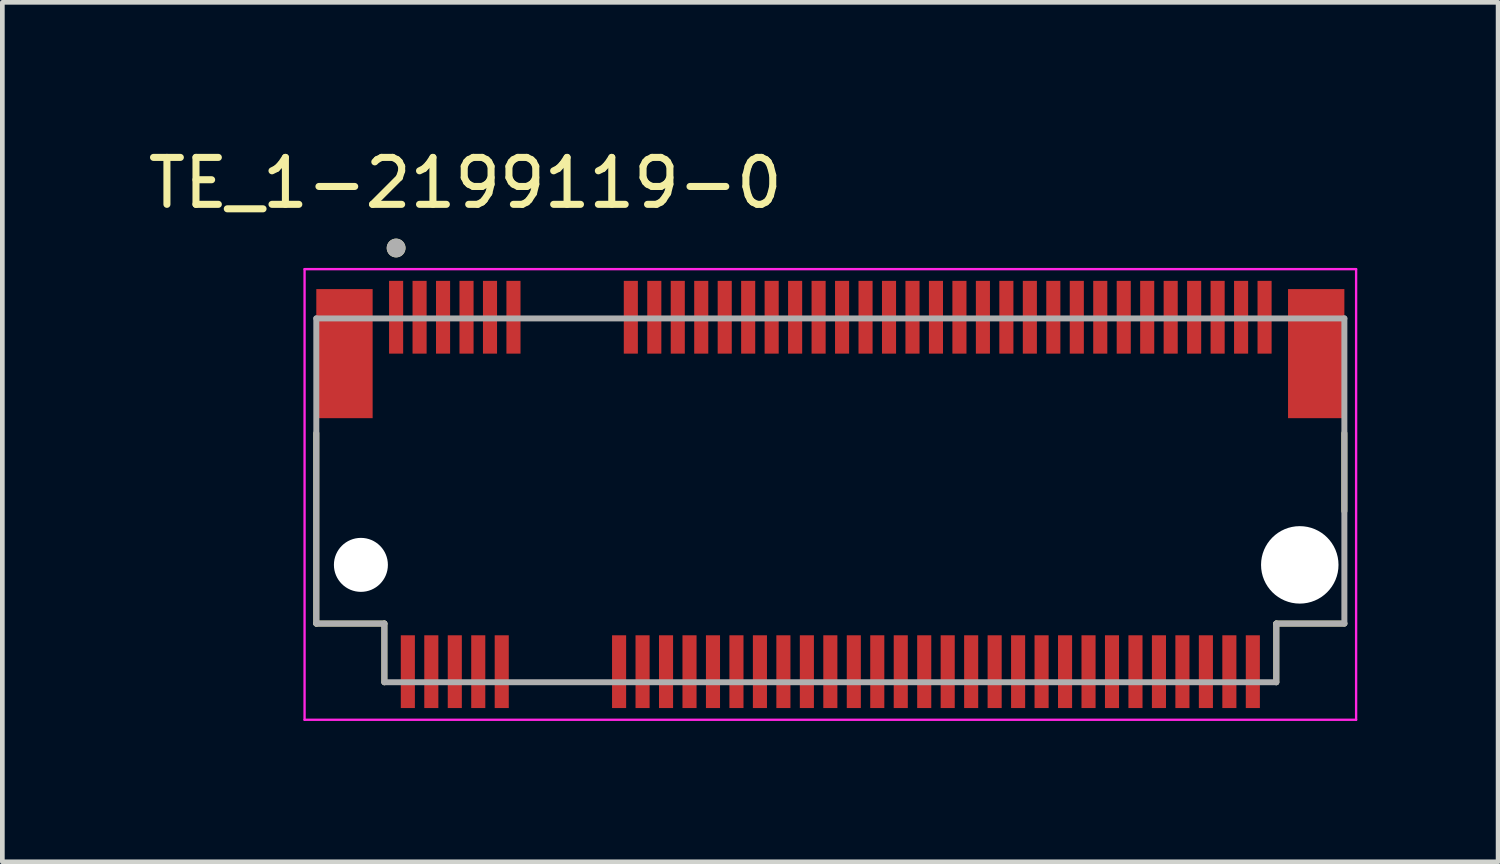
<source format=kicad_pcb>
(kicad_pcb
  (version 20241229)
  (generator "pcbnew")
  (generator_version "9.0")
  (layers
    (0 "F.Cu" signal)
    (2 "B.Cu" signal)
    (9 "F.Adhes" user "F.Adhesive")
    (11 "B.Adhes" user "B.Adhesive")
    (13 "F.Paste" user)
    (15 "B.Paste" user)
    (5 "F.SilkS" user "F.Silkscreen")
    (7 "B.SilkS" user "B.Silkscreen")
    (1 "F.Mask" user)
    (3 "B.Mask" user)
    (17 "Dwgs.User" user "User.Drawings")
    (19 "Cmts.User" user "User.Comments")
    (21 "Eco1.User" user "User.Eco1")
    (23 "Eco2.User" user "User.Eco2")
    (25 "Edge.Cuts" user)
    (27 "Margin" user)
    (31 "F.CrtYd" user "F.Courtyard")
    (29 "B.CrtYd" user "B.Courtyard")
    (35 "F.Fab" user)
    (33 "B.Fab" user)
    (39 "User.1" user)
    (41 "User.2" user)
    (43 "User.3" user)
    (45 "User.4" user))
  (footprint "TE_1-2199119-0"
    (layer "F.Cu")
    (at 14.638 8.983)
    (property "Reference" "TE_1-2199119-0" (at -7.775 -8.135 0) (layer "F.SilkS") (effects (font (size 1 1) (thickness 0.15))))
    (attr smd)
    (fp_line (start -10.95 -2.805) (end -10.95 1.25) (stroke (width 0.127) (type solid)) (layer "F.SilkS"))
    (fp_line (start -10.95 1.25) (end -9.5 1.25) (stroke (width 0.127) (type solid)) (layer "F.SilkS"))
    (fp_line (start -9.5 1.25) (end -9.5 2.5) (stroke (width 0.127) (type solid)) (layer "F.SilkS"))
    (fp_line (start 9.5 1.25) (end 10.95 1.25) (stroke (width 0.127) (type solid)) (layer "F.SilkS"))
    (fp_line (start 9.5 2.5) (end 9.5 1.25) (stroke (width 0.127) (type solid)) (layer "F.SilkS"))
    (fp_line (start 10.95 -2.805) (end 10.95 -1.145) (stroke (width 0.127) (type solid)) (layer "F.SilkS"))
    (fp_circle (center -9.25 -6.75) (end -9.15 -6.75) (stroke (width 0.2) (type solid)) (fill no) (layer "F.SilkS"))
    (fp_line (start -11.2 -6.3) (end 11.2 -6.3) (stroke (width 0.05) (type solid)) (layer "F.CrtYd"))
    (fp_line (start -11.2 3.3) (end -11.2 -6.3) (stroke (width 0.05) (type solid)) (layer "F.CrtYd"))
    (fp_line (start 11.2 -6.3) (end 11.2 3.3) (stroke (width 0.05) (type solid)) (layer "F.CrtYd"))
    (fp_line (start 11.2 3.3) (end -11.2 3.3) (stroke (width 0.05) (type solid)) (layer "F.CrtYd"))
    (fp_line (start -10.95 -5.25) (end 10.95 -5.25) (stroke (width 0.127) (type solid)) (layer "F.Fab"))
    (fp_line (start -10.95 1.25) (end -10.95 -5.25) (stroke (width 0.127) (type solid)) (layer "F.Fab"))
    (fp_line (start -9.5 1.25) (end -10.95 1.25) (stroke (width 0.127) (type solid)) (layer "F.Fab"))
    (fp_line (start -9.5 2.5) (end -9.5 1.25) (stroke (width 0.127) (type solid)) (layer "F.Fab"))
    (fp_line (start 9.5 1.25) (end 9.5 2.5) (stroke (width 0.127) (type solid)) (layer "F.Fab"))
    (fp_line (start 9.5 2.5) (end -9.5 2.5) (stroke (width 0.127) (type solid)) (layer "F.Fab"))
    (fp_line (start 10.95 -5.25) (end 10.95 1.25) (stroke (width 0.127) (type solid)) (layer "F.Fab"))
    (fp_line (start 10.95 1.25) (end 9.5 1.25) (stroke (width 0.127) (type solid)) (layer "F.Fab"))
    (fp_circle (center -9.25 -6.75) (end -9.15 -6.75) (stroke (width 0.2) (type solid)) (fill no) (layer "F.Fab"))
    (pad "" np_thru_hole circle (at -10 0) (size 1.15 1.15) (drill 1.15) (layers "*.Cu" "*.Mask"))
    (pad "" np_thru_hole circle (at 10 0) (size 1.65 1.65) (drill 1.65) (layers "*.Cu" "*.Mask"))
    (pad "1" smd rect (at -9.25 -5.275) (size 0.3 1.55) (layers "F.Cu" "F.Mask" "F.Paste"))
    (pad "2" smd rect (at -9 2.275) (size 0.3 1.55) (layers "F.Cu" "F.Mask" "F.Paste"))
    (pad "3" smd rect (at -8.75 -5.275) (size 0.3 1.55) (layers "F.Cu" "F.Mask" "F.Paste"))
    (pad "4" smd rect (at -8.5 2.275) (size 0.3 1.55) (layers "F.Cu" "F.Mask" "F.Paste"))
    (pad "5" smd rect (at -8.25 -5.275) (size 0.3 1.55) (layers "F.Cu" "F.Mask" "F.Paste"))
    (pad "6" smd rect (at -8 2.275) (size 0.3 1.55) (layers "F.Cu" "F.Mask" "F.Paste"))
    (pad "7" smd rect (at -7.75 -5.275) (size 0.3 1.55) (layers "F.Cu" "F.Mask" "F.Paste"))
    (pad "8" smd rect (at -7.5 2.275) (size 0.3 1.55) (layers "F.Cu" "F.Mask" "F.Paste"))
    (pad "9" smd rect (at -7.25 -5.275) (size 0.3 1.55) (layers "F.Cu" "F.Mask" "F.Paste"))
    (pad "10" smd rect (at -7 2.275) (size 0.3 1.55) (layers "F.Cu" "F.Mask" "F.Paste"))
    (pad "11" smd rect (at -6.75 -5.275) (size 0.3 1.55) (layers "F.Cu" "F.Mask" "F.Paste"))
    (pad "20" smd rect (at -4.5 2.275) (size 0.3 1.55) (layers "F.Cu" "F.Mask" "F.Paste"))
    (pad "21" smd rect (at -4.25 -5.275) (size 0.3 1.55) (layers "F.Cu" "F.Mask" "F.Paste"))
    (pad "22" smd rect (at -4 2.275) (size 0.3 1.55) (layers "F.Cu" "F.Mask" "F.Paste"))
    (pad "23" smd rect (at -3.75 -5.275) (size 0.3 1.55) (layers "F.Cu" "F.Mask" "F.Paste"))
    (pad "24" smd rect (at -3.5 2.275) (size 0.3 1.55) (layers "F.Cu" "F.Mask" "F.Paste"))
    (pad "25" smd rect (at -3.25 -5.275) (size 0.3 1.55) (layers "F.Cu" "F.Mask" "F.Paste"))
    (pad "26" smd rect (at -3 2.275) (size 0.3 1.55) (layers "F.Cu" "F.Mask" "F.Paste"))
    (pad "27" smd rect (at -2.75 -5.275) (size 0.3 1.55) (layers "F.Cu" "F.Mask" "F.Paste"))
    (pad "28" smd rect (at -2.5 2.275) (size 0.3 1.55) (layers "F.Cu" "F.Mask" "F.Paste"))
    (pad "29" smd rect (at -2.25 -5.275) (size 0.3 1.55) (layers "F.Cu" "F.Mask" "F.Paste"))
    (pad "30" smd rect (at -2 2.275) (size 0.3 1.55) (layers "F.Cu" "F.Mask" "F.Paste"))
    (pad "31" smd rect (at -1.75 -5.275) (size 0.3 1.55) (layers "F.Cu" "F.Mask" "F.Paste"))
    (pad "32" smd rect (at -1.5 2.275) (size 0.3 1.55) (layers "F.Cu" "F.Mask" "F.Paste"))
    (pad "33" smd rect (at -1.25 -5.275) (size 0.3 1.55) (layers "F.Cu" "F.Mask" "F.Paste"))
    (pad "34" smd rect (at -1 2.275) (size 0.3 1.55) (layers "F.Cu" "F.Mask" "F.Paste"))
    (pad "35" smd rect (at -0.75 -5.275) (size 0.3 1.55) (layers "F.Cu" "F.Mask" "F.Paste"))
    (pad "36" smd rect (at -0.5 2.275) (size 0.3 1.55) (layers "F.Cu" "F.Mask" "F.Paste"))
    (pad "37" smd rect (at -0.25 -5.275) (size 0.3 1.55) (layers "F.Cu" "F.Mask" "F.Paste"))
    (pad "38" smd rect (at 0 2.275) (size 0.3 1.55) (layers "F.Cu" "F.Mask" "F.Paste"))
    (pad "39" smd rect (at 0.25 -5.275) (size 0.3 1.55) (layers "F.Cu" "F.Mask" "F.Paste"))
    (pad "40" smd rect (at 0.5 2.275) (size 0.3 1.55) (layers "F.Cu" "F.Mask" "F.Paste"))
    (pad "41" smd rect (at 0.75 -5.275) (size 0.3 1.55) (layers "F.Cu" "F.Mask" "F.Paste"))
    (pad "42" smd rect (at 1 2.275) (size 0.3 1.55) (layers "F.Cu" "F.Mask" "F.Paste"))
    (pad "43" smd rect (at 1.25 -5.275) (size 0.3 1.55) (layers "F.Cu" "F.Mask" "F.Paste"))
    (pad "44" smd rect (at 1.5 2.275) (size 0.3 1.55) (layers "F.Cu" "F.Mask" "F.Paste"))
    (pad "45" smd rect (at 1.75 -5.275) (size 0.3 1.55) (layers "F.Cu" "F.Mask" "F.Paste"))
    (pad "46" smd rect (at 2 2.275) (size 0.3 1.55) (layers "F.Cu" "F.Mask" "F.Paste"))
    (pad "47" smd rect (at 2.25 -5.275) (size 0.3 1.55) (layers "F.Cu" "F.Mask" "F.Paste"))
    (pad "48" smd rect (at 2.5 2.275) (size 0.3 1.55) (layers "F.Cu" "F.Mask" "F.Paste"))
    (pad "49" smd rect (at 2.75 -5.275) (size 0.3 1.55) (layers "F.Cu" "F.Mask" "F.Paste"))
    (pad "50" smd rect (at 3 2.275) (size 0.3 1.55) (layers "F.Cu" "F.Mask" "F.Paste"))
    (pad "51" smd rect (at 3.25 -5.275) (size 0.3 1.55) (layers "F.Cu" "F.Mask" "F.Paste"))
    (pad "52" smd rect (at 3.5 2.275) (size 0.3 1.55) (layers "F.Cu" "F.Mask" "F.Paste"))
    (pad "53" smd rect (at 3.75 -5.275) (size 0.3 1.55) (layers "F.Cu" "F.Mask" "F.Paste"))
    (pad "54" smd rect (at 4 2.275) (size 0.3 1.55) (layers "F.Cu" "F.Mask" "F.Paste"))
    (pad "55" smd rect (at 4.25 -5.275) (size 0.3 1.55) (layers "F.Cu" "F.Mask" "F.Paste"))
    (pad "56" smd rect (at 4.5 2.275) (size 0.3 1.55) (layers "F.Cu" "F.Mask" "F.Paste"))
    (pad "57" smd rect (at 4.75 -5.275) (size 0.3 1.55) (layers "F.Cu" "F.Mask" "F.Paste"))
    (pad "58" smd rect (at 5 2.275) (size 0.3 1.55) (layers "F.Cu" "F.Mask" "F.Paste"))
    (pad "59" smd rect (at 5.25 -5.275) (size 0.3 1.55) (layers "F.Cu" "F.Mask" "F.Paste"))
    (pad "60" smd rect (at 5.5 2.275) (size 0.3 1.55) (layers "F.Cu" "F.Mask" "F.Paste"))
    (pad "61" smd rect (at 5.75 -5.275) (size 0.3 1.55) (layers "F.Cu" "F.Mask" "F.Paste"))
    (pad "62" smd rect (at 6 2.275) (size 0.3 1.55) (layers "F.Cu" "F.Mask" "F.Paste"))
    (pad "63" smd rect (at 6.25 -5.275) (size 0.3 1.55) (layers "F.Cu" "F.Mask" "F.Paste"))
    (pad "64" smd rect (at 6.5 2.275) (size 0.3 1.55) (layers "F.Cu" "F.Mask" "F.Paste"))
    (pad "65" smd rect (at 6.75 -5.275) (size 0.3 1.55) (layers "F.Cu" "F.Mask" "F.Paste"))
    (pad "66" smd rect (at 7 2.275) (size 0.3 1.55) (layers "F.Cu" "F.Mask" "F.Paste"))
    (pad "67" smd rect (at 7.25 -5.275) (size 0.3 1.55) (layers "F.Cu" "F.Mask" "F.Paste"))
    (pad "68" smd rect (at 7.5 2.275) (size 0.3 1.55) (layers "F.Cu" "F.Mask" "F.Paste"))
    (pad "69" smd rect (at 7.75 -5.275) (size 0.3 1.55) (layers "F.Cu" "F.Mask" "F.Paste"))
    (pad "70" smd rect (at 8 2.275) (size 0.3 1.55) (layers "F.Cu" "F.Mask" "F.Paste"))
    (pad "71" smd rect (at 8.25 -5.275) (size 0.3 1.55) (layers "F.Cu" "F.Mask" "F.Paste"))
    (pad "72" smd rect (at 8.5 2.275) (size 0.3 1.55) (layers "F.Cu" "F.Mask" "F.Paste"))
    (pad "73" smd rect (at 8.75 -5.275) (size 0.3 1.55) (layers "F.Cu" "F.Mask" "F.Paste"))
    (pad "74" smd rect (at 9 2.275) (size 0.3 1.55) (layers "F.Cu" "F.Mask" "F.Paste"))
    (pad "75" smd rect (at 9.25 -5.275) (size 0.3 1.55) (layers "F.Cu" "F.Mask" "F.Paste"))
    (pad "S1" smd rect (at -10.35 -4.5) (size 1.2 2.75) (layers "F.Cu" "F.Mask" "F.Paste"))
    (pad "S2" smd rect (at 10.35 -4.5) (size 1.2 2.75) (layers "F.Cu" "F.Mask" "F.Paste")))
  (gr_rect
    (start -3 -3)
    (end 28.863 15.308)
    (stroke (width 0.1) (type default))
    (fill no)
    (layer "Edge.Cuts")))
</source>
